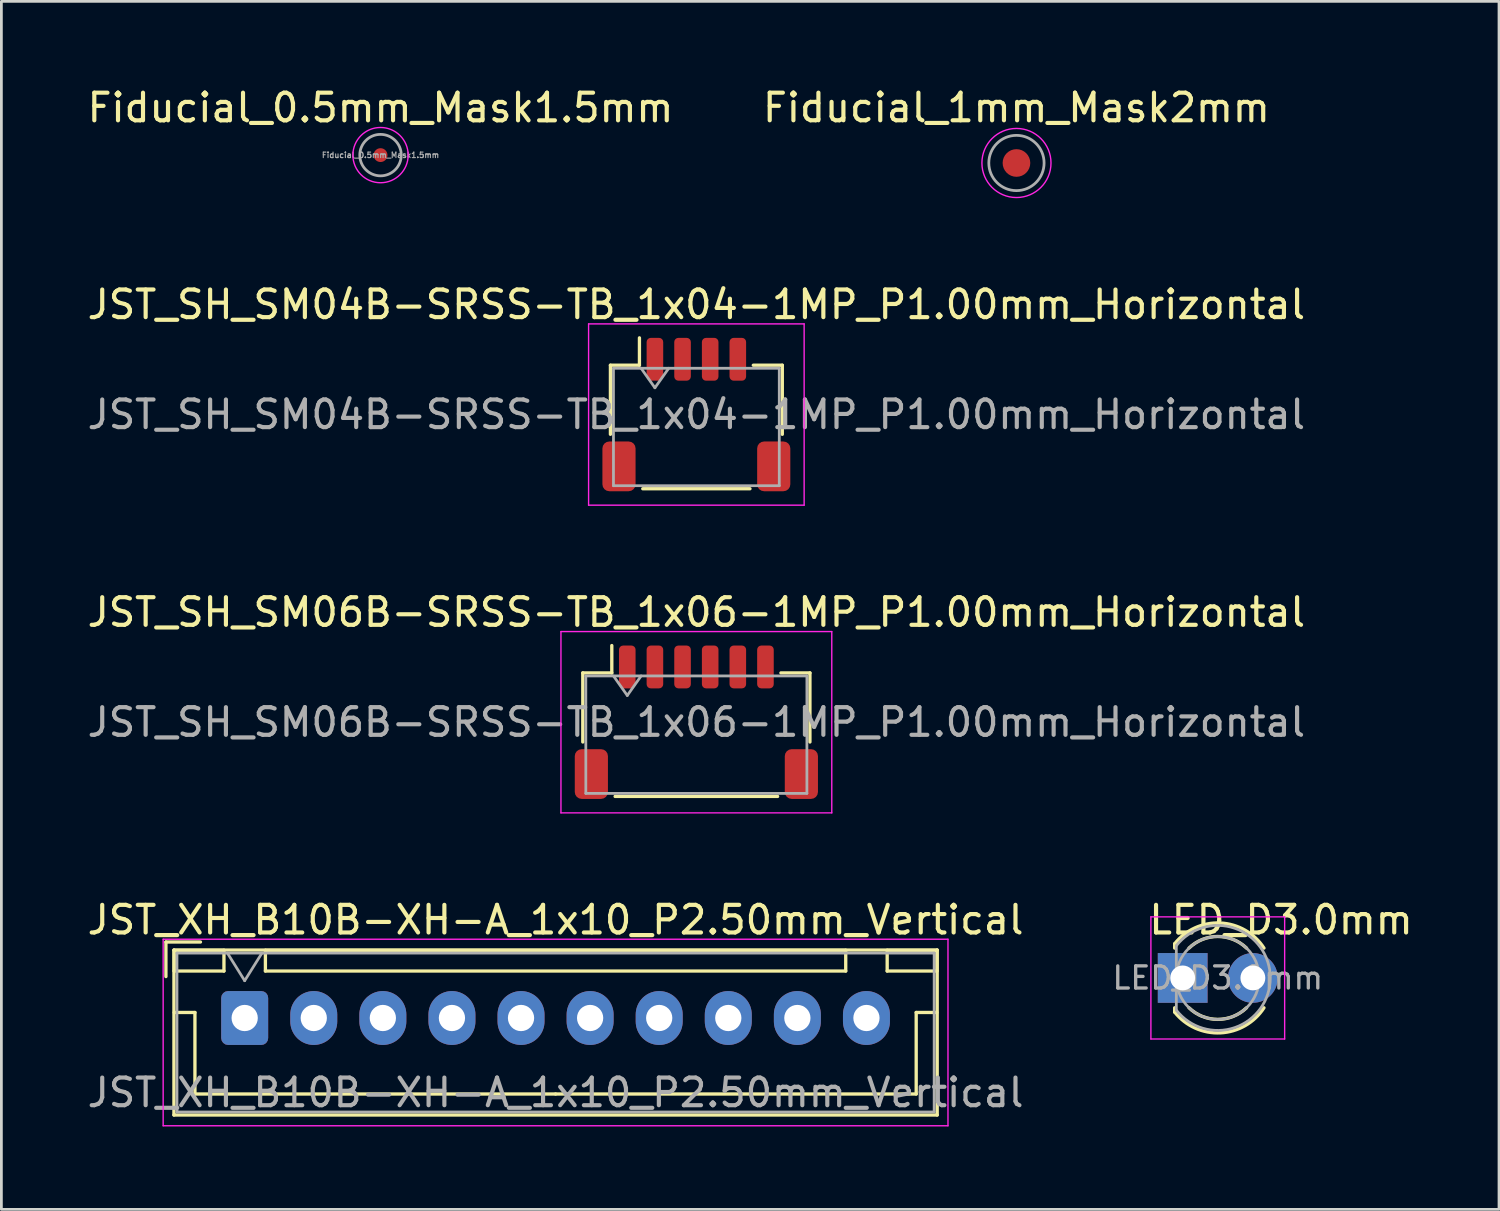
<source format=kicad_pcb>
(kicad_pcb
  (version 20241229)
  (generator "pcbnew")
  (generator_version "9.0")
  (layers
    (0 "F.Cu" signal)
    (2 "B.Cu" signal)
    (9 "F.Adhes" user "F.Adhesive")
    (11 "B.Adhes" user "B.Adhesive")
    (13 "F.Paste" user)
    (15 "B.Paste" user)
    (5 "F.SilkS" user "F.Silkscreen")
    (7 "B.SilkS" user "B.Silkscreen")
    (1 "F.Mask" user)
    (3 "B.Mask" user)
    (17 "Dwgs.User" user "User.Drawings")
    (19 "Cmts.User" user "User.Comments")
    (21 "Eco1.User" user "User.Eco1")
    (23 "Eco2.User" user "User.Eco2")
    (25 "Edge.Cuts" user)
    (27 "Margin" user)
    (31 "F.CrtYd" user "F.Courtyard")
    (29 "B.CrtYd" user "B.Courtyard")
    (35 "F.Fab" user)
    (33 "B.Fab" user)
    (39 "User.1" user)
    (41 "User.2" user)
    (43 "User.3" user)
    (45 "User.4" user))
  (footprint "JST_XH_B10B-XH-A_1x10_P2.50mm_Vertical"
    (layer "F.Cu")
    (at 5.804 33.788)
    (property "Reference" "JST_XH_B10B-XH-A_1x10_P2.50mm_Vertical" (at 11.25 -3.55 0) (layer "F.SilkS") (effects (font (size 1 1) (thickness 0.15))))
    (attr through_hole)
    (fp_line (start -2.85 -2.75) (end -2.85 -1.5) (stroke (width 0.12) (type solid)) (layer "F.SilkS"))
    (fp_line (start -2.56 -2.46) (end -2.56 3.51) (stroke (width 0.12) (type solid)) (layer "F.SilkS"))
    (fp_line (start -2.56 3.51) (end 25.06 3.51) (stroke (width 0.12) (type solid)) (layer "F.SilkS"))
    (fp_line (start -2.55 -2.45) (end -2.55 -1.7) (stroke (width 0.12) (type solid)) (layer "F.SilkS"))
    (fp_line (start -2.55 -1.7) (end -0.75 -1.7) (stroke (width 0.12) (type solid)) (layer "F.SilkS"))
    (fp_line (start -2.55 -0.2) (end -1.8 -0.2) (stroke (width 0.12) (type solid)) (layer "F.SilkS"))
    (fp_line (start -1.8 -0.2) (end -1.8 2.75) (stroke (width 0.12) (type solid)) (layer "F.SilkS"))
    (fp_line (start -1.8 2.75) (end 11.25 2.75) (stroke (width 0.12) (type solid)) (layer "F.SilkS"))
    (fp_line (start -1.6 -2.75) (end -2.85 -2.75) (stroke (width 0.12) (type solid)) (layer "F.SilkS"))
    (fp_line (start -0.75 -2.45) (end -2.55 -2.45) (stroke (width 0.12) (type solid)) (layer "F.SilkS"))
    (fp_line (start -0.75 -1.7) (end -0.75 -2.45) (stroke (width 0.12) (type solid)) (layer "F.SilkS"))
    (fp_line (start 0.75 -2.45) (end 0.75 -1.7) (stroke (width 0.12) (type solid)) (layer "F.SilkS"))
    (fp_line (start 0.75 -1.7) (end 21.75 -1.7) (stroke (width 0.12) (type solid)) (layer "F.SilkS"))
    (fp_line (start 21.75 -2.45) (end 0.75 -2.45) (stroke (width 0.12) (type solid)) (layer "F.SilkS"))
    (fp_line (start 21.75 -1.7) (end 21.75 -2.45) (stroke (width 0.12) (type solid)) (layer "F.SilkS"))
    (fp_line (start 23.25 -2.45) (end 23.25 -1.7) (stroke (width 0.12) (type solid)) (layer "F.SilkS"))
    (fp_line (start 23.25 -1.7) (end 25.05 -1.7) (stroke (width 0.12) (type solid)) (layer "F.SilkS"))
    (fp_line (start 24.3 -0.2) (end 24.3 2.75) (stroke (width 0.12) (type solid)) (layer "F.SilkS"))
    (fp_line (start 24.3 2.75) (end 11.25 2.75) (stroke (width 0.12) (type solid)) (layer "F.SilkS"))
    (fp_line (start 25.05 -2.45) (end 23.25 -2.45) (stroke (width 0.12) (type solid)) (layer "F.SilkS"))
    (fp_line (start 25.05 -1.7) (end 25.05 -2.45) (stroke (width 0.12) (type solid)) (layer "F.SilkS"))
    (fp_line (start 25.05 -0.2) (end 24.3 -0.2) (stroke (width 0.12) (type solid)) (layer "F.SilkS"))
    (fp_line (start 25.06 -2.46) (end -2.56 -2.46) (stroke (width 0.12) (type solid)) (layer "F.SilkS"))
    (fp_line (start 25.06 3.51) (end 25.06 -2.46) (stroke (width 0.12) (type solid)) (layer "F.SilkS"))
    (fp_line (start -2.95 -2.85) (end -2.95 3.9) (stroke (width 0.05) (type solid)) (layer "F.CrtYd"))
    (fp_line (start -2.95 3.9) (end 25.45 3.9) (stroke (width 0.05) (type solid)) (layer "F.CrtYd"))
    (fp_line (start 25.45 -2.85) (end -2.95 -2.85) (stroke (width 0.05) (type solid)) (layer "F.CrtYd"))
    (fp_line (start 25.45 3.9) (end 25.45 -2.85) (stroke (width 0.05) (type solid)) (layer "F.CrtYd"))
    (fp_line (start -2.45 -2.35) (end -2.45 3.4) (stroke (width 0.1) (type solid)) (layer "F.Fab"))
    (fp_line (start -2.45 3.4) (end 24.95 3.4) (stroke (width 0.1) (type solid)) (layer "F.Fab"))
    (fp_line (start -0.625 -2.35) (end 0 -1.35) (stroke (width 0.1) (type solid)) (layer "F.Fab"))
    (fp_line (start 0 -1.35) (end 0.625 -2.35) (stroke (width 0.1) (type solid)) (layer "F.Fab"))
    (fp_line (start 24.95 -2.35) (end -2.45 -2.35) (stroke (width 0.1) (type solid)) (layer "F.Fab"))
    (fp_line (start 24.95 3.4) (end 24.95 -2.35) (stroke (width 0.1) (type solid)) (layer "F.Fab"))
    (fp_text user "${REFERENCE}" (at 11.25 2.7 0) (layer "F.Fab") (effects (font (size 1 1) (thickness 0.15))))
    (pad "1" thru_hole roundrect (at 0 0) (size 1.7 1.95) (drill 0.95) (layers "*.Cu" "*.Mask") (roundrect_rratio 0.147))
    (pad "2" thru_hole oval (at 2.5 0) (size 1.7 1.95) (drill 0.95) (layers "*.Cu" "*.Mask"))
    (pad "3" thru_hole oval (at 5 0) (size 1.7 1.95) (drill 0.95) (layers "*.Cu" "*.Mask"))
    (pad "4" thru_hole oval (at 7.5 0) (size 1.7 1.95) (drill 0.95) (layers "*.Cu" "*.Mask"))
    (pad "5" thru_hole oval (at 10 0) (size 1.7 1.95) (drill 0.95) (layers "*.Cu" "*.Mask"))
    (pad "6" thru_hole oval (at 12.5 0) (size 1.7 1.95) (drill 0.95) (layers "*.Cu" "*.Mask"))
    (pad "7" thru_hole oval (at 15 0) (size 1.7 1.95) (drill 0.95) (layers "*.Cu" "*.Mask"))
    (pad "8" thru_hole oval (at 17.5 0) (size 1.7 1.95) (drill 0.95) (layers "*.Cu" "*.Mask"))
    (pad "9" thru_hole oval (at 20 0) (size 1.7 1.95) (drill 0.95) (layers "*.Cu" "*.Mask"))
    (pad "10" thru_hole oval (at 22.5 0) (size 1.7 1.95) (drill 0.95) (layers "*.Cu" "*.Mask")))
  (footprint "JST_SH_SM06B-SRSS-TB_1x06-1MP_P1.00mm_Horizontal"
    (layer "F.Cu")
    (at 22.149 23.085)
    (property "Reference" "JST_SH_SM06B-SRSS-TB_1x06-1MP_P1.00mm_Horizontal" (at 0 -3.98 0) (layer "F.SilkS") (effects (font (size 1 1) (thickness 0.15))))
    (attr smd)
    (fp_line (start -4.11 -1.785) (end -3.06 -1.785) (stroke (width 0.12) (type solid)) (layer "F.SilkS"))
    (fp_line (start -4.11 0.715) (end -4.11 -1.785) (stroke (width 0.12) (type solid)) (layer "F.SilkS"))
    (fp_line (start -3.06 -1.785) (end -3.06 -2.775) (stroke (width 0.12) (type solid)) (layer "F.SilkS"))
    (fp_line (start -2.94 2.685) (end 2.94 2.685) (stroke (width 0.12) (type solid)) (layer "F.SilkS"))
    (fp_line (start 4.11 -1.785) (end 3.06 -1.785) (stroke (width 0.12) (type solid)) (layer "F.SilkS"))
    (fp_line (start 4.11 0.715) (end 4.11 -1.785) (stroke (width 0.12) (type solid)) (layer "F.SilkS"))
    (fp_line (start -4.9 -3.28) (end -4.9 3.28) (stroke (width 0.05) (type solid)) (layer "F.CrtYd"))
    (fp_line (start -4.9 3.28) (end 4.9 3.28) (stroke (width 0.05) (type solid)) (layer "F.CrtYd"))
    (fp_line (start 4.9 -3.28) (end -4.9 -3.28) (stroke (width 0.05) (type solid)) (layer "F.CrtYd"))
    (fp_line (start 4.9 3.28) (end 4.9 -3.28) (stroke (width 0.05) (type solid)) (layer "F.CrtYd"))
    (fp_line (start -4 -1.675) (end -4 2.575) (stroke (width 0.1) (type solid)) (layer "F.Fab"))
    (fp_line (start -4 -1.675) (end 4 -1.675) (stroke (width 0.1) (type solid)) (layer "F.Fab"))
    (fp_line (start -4 2.575) (end 4 2.575) (stroke (width 0.1) (type solid)) (layer "F.Fab"))
    (fp_line (start -3 -1.675) (end -2.5 -0.968) (stroke (width 0.1) (type solid)) (layer "F.Fab"))
    (fp_line (start -2.5 -0.968) (end -2 -1.675) (stroke (width 0.1) (type solid)) (layer "F.Fab"))
    (fp_line (start 4 -1.675) (end 4 2.575) (stroke (width 0.1) (type solid)) (layer "F.Fab"))
    (fp_text user "${REFERENCE}" (at 0 0 0) (layer "F.Fab") (effects (font (size 1 1) (thickness 0.15))))
    (pad "1" smd roundrect (at -2.5 -2) (size 0.6 1.55) (layers "F.Cu" "F.Mask" "F.Paste") (roundrect_rratio 0.25))
    (pad "2" smd roundrect (at -1.5 -2) (size 0.6 1.55) (layers "F.Cu" "F.Mask" "F.Paste") (roundrect_rratio 0.25))
    (pad "3" smd roundrect (at -0.5 -2) (size 0.6 1.55) (layers "F.Cu" "F.Mask" "F.Paste") (roundrect_rratio 0.25))
    (pad "4" smd roundrect (at 0.5 -2) (size 0.6 1.55) (layers "F.Cu" "F.Mask" "F.Paste") (roundrect_rratio 0.25))
    (pad "5" smd roundrect (at 1.5 -2) (size 0.6 1.55) (layers "F.Cu" "F.Mask" "F.Paste") (roundrect_rratio 0.25))
    (pad "6" smd roundrect (at 2.5 -2) (size 0.6 1.55) (layers "F.Cu" "F.Mask" "F.Paste") (roundrect_rratio 0.25))
    (pad "MP" smd roundrect (at -3.8 1.875) (size 1.2 1.8) (layers "F.Cu" "F.Mask" "F.Paste") (roundrect_rratio 0.208))
    (pad "MP" smd roundrect (at 3.8 1.875) (size 1.2 1.8) (layers "F.Cu" "F.Mask" "F.Paste") (roundrect_rratio 0.208)))
  (footprint "Fiducial_1mm_Mask2mm"
    (layer "F.Cu")
    (at 33.732 2.848)
    (property "Reference" "Fiducial_1mm_Mask2mm" (at 0 -2 0) (layer "F.SilkS") (effects (font (size 1 1) (thickness 0.15))))
    (attr smd exclude_from_bom)
    (fp_circle (center 0 0) (end 1.25 0) (stroke (width 0.05) (type solid)) (fill no) (layer "F.CrtYd"))
    (fp_circle (center 0 0) (end 1 0) (stroke (width 0.1) (type solid)) (fill no) (layer "F.Fab"))
    (pad "" smd circle (at 0 0) (size 1 1) (layers "F.Cu" "F.Mask")))
  (footprint "JST_SH_SM04B-SRSS-TB_1x04-1MP_P1.00mm_Horizontal"
    (layer "F.Cu")
    (at 22.149 11.951)
    (property "Reference" "JST_SH_SM04B-SRSS-TB_1x04-1MP_P1.00mm_Horizontal" (at 0 -3.98 0) (layer "F.SilkS") (effects (font (size 1 1) (thickness 0.15))))
    (attr smd)
    (fp_line (start -3.11 -1.785) (end -2.06 -1.785) (stroke (width 0.12) (type solid)) (layer "F.SilkS"))
    (fp_line (start -3.11 0.715) (end -3.11 -1.785) (stroke (width 0.12) (type solid)) (layer "F.SilkS"))
    (fp_line (start -2.06 -1.785) (end -2.06 -2.775) (stroke (width 0.12) (type solid)) (layer "F.SilkS"))
    (fp_line (start -1.94 2.685) (end 1.94 2.685) (stroke (width 0.12) (type solid)) (layer "F.SilkS"))
    (fp_line (start 3.11 -1.785) (end 2.06 -1.785) (stroke (width 0.12) (type solid)) (layer "F.SilkS"))
    (fp_line (start 3.11 0.715) (end 3.11 -1.785) (stroke (width 0.12) (type solid)) (layer "F.SilkS"))
    (fp_line (start -3.9 -3.28) (end -3.9 3.28) (stroke (width 0.05) (type solid)) (layer "F.CrtYd"))
    (fp_line (start -3.9 3.28) (end 3.9 3.28) (stroke (width 0.05) (type solid)) (layer "F.CrtYd"))
    (fp_line (start 3.9 -3.28) (end -3.9 -3.28) (stroke (width 0.05) (type solid)) (layer "F.CrtYd"))
    (fp_line (start 3.9 3.28) (end 3.9 -3.28) (stroke (width 0.05) (type solid)) (layer "F.CrtYd"))
    (fp_line (start -3 -1.675) (end -3 2.575) (stroke (width 0.1) (type solid)) (layer "F.Fab"))
    (fp_line (start -3 -1.675) (end 3 -1.675) (stroke (width 0.1) (type solid)) (layer "F.Fab"))
    (fp_line (start -3 2.575) (end 3 2.575) (stroke (width 0.1) (type solid)) (layer "F.Fab"))
    (fp_line (start -2 -1.675) (end -1.5 -0.968) (stroke (width 0.1) (type solid)) (layer "F.Fab"))
    (fp_line (start -1.5 -0.968) (end -1 -1.675) (stroke (width 0.1) (type solid)) (layer "F.Fab"))
    (fp_line (start 3 -1.675) (end 3 2.575) (stroke (width 0.1) (type solid)) (layer "F.Fab"))
    (fp_text user "${REFERENCE}" (at 0 0 0) (layer "F.Fab") (effects (font (size 1 1) (thickness 0.15))))
    (pad "1" smd roundrect (at -1.5 -2) (size 0.6 1.55) (layers "F.Cu" "F.Mask" "F.Paste") (roundrect_rratio 0.25))
    (pad "2" smd roundrect (at -0.5 -2) (size 0.6 1.55) (layers "F.Cu" "F.Mask" "F.Paste") (roundrect_rratio 0.25))
    (pad "3" smd roundrect (at 0.5 -2) (size 0.6 1.55) (layers "F.Cu" "F.Mask" "F.Paste") (roundrect_rratio 0.25))
    (pad "4" smd roundrect (at 1.5 -2) (size 0.6 1.55) (layers "F.Cu" "F.Mask" "F.Paste") (roundrect_rratio 0.25))
    (pad "MP" smd roundrect (at -2.8 1.875) (size 1.2 1.8) (layers "F.Cu" "F.Mask" "F.Paste") (roundrect_rratio 0.208))
    (pad "MP" smd roundrect (at 2.8 1.875) (size 1.2 1.8) (layers "F.Cu" "F.Mask" "F.Paste") (roundrect_rratio 0.208)))
  (footprint "Fiducial_0.5mm_Mask1.5mm"
    (layer "F.Cu")
    (at 10.72 2.563)
    (property "Reference" "Fiducial_0.5mm_Mask1.5mm" (at 0 -1.714 0) (layer "F.SilkS") (effects (font (size 1 1) (thickness 0.15))))
    (attr smd exclude_from_bom)
    (fp_circle (center 0 0) (end 1 0) (stroke (width 0.05) (type solid)) (fill no) (layer "F.CrtYd"))
    (fp_circle (center 0 0) (end 0.75 0) (stroke (width 0.1) (type solid)) (fill no) (layer "F.Fab"))
    (fp_text user "${REFERENCE}" (at 0 0 0) (layer "F.Fab") (effects (font (size 0.2 0.2) (thickness 0.04))))
    (pad "" smd circle (at 0 0) (size 0.5 0.5) (layers "F.Cu" "F.Mask")))
  (footprint "LED_D3.0mm"
    (layer "F.Cu")
    (at 39.747 32.338)
    (property "Reference" "LED_D3.0mm" (at 3.56 -2.1 180) (layer "F.SilkS") (effects (font (size 1 1) (thickness 0.15))))
    (attr through_hole)
    (fp_line (start -0.29 -1.236) (end -0.29 -1.08) (stroke (width 0.12) (type solid)) (layer "F.SilkS"))
    (fp_line (start -0.29 1.08) (end -0.29 1.236) (stroke (width 0.12) (type solid)) (layer "F.SilkS"))
    (fp_arc (start -0.29 -1.235516) (mid 1.365624 -1.987701) (end 2.941397 -1.080061) (stroke (width 0.12) (type solid)) (layer "F.SilkS"))
    (fp_arc (start 0.229039 -1.08) (mid 1.269964 -1.5) (end 2.31091 -1.080049) (stroke (width 0.12) (type solid)) (layer "F.SilkS"))
    (fp_arc (start 2.31091 1.080049) (mid 1.269964 1.5) (end 0.229039 1.08) (stroke (width 0.12) (type solid)) (layer "F.SilkS"))
    (fp_arc (start 2.941397 1.080061) (mid 1.365624 1.987701) (end -0.29 1.235516) (stroke (width 0.12) (type solid)) (layer "F.SilkS"))
    (fp_line (start -1.15 -2.21) (end -1.15 2.21) (stroke (width 0.05) (type solid)) (layer "F.CrtYd"))
    (fp_line (start -1.15 2.21) (end 3.69 2.21) (stroke (width 0.05) (type solid)) (layer "F.CrtYd"))
    (fp_line (start 3.69 -2.21) (end -1.15 -2.21) (stroke (width 0.05) (type solid)) (layer "F.CrtYd"))
    (fp_line (start 3.69 2.21) (end 3.69 -2.21) (stroke (width 0.05) (type solid)) (layer "F.CrtYd"))
    (fp_line (start -0.23 -1.166) (end -0.23 1.166) (stroke (width 0.1) (type solid)) (layer "F.Fab"))
    (fp_arc (start -0.23 -1.16619) (mid 3.17 -0.000037) (end -0.229955 1.166249) (stroke (width 0.1) (type solid)) (layer "F.Fab"))
    (fp_circle (center 1.27 0) (end 2.77 0) (stroke (width 0.1) (type solid)) (fill no) (layer "F.Fab"))
    (fp_text user "${REFERENCE}" (at 1.27 0 0) (layer "F.Fab") (effects (font (size 0.8 0.8) (thickness 0.12))))
    (pad "1" thru_hole rect (at 0 0) (size 1.8 1.8) (drill 0.9) (layers "*.Cu" "*.Mask"))
    (pad "2" thru_hole circle (at 2.54 0) (size 1.8 1.8) (drill 0.9) (layers "*.Cu" "*.Mask")))
  (gr_rect
    (start -3 -3)
    (end 51.194 40.713)
    (stroke (width 0.1) (type default))
    (fill no)
    (layer "Edge.Cuts")))
</source>
